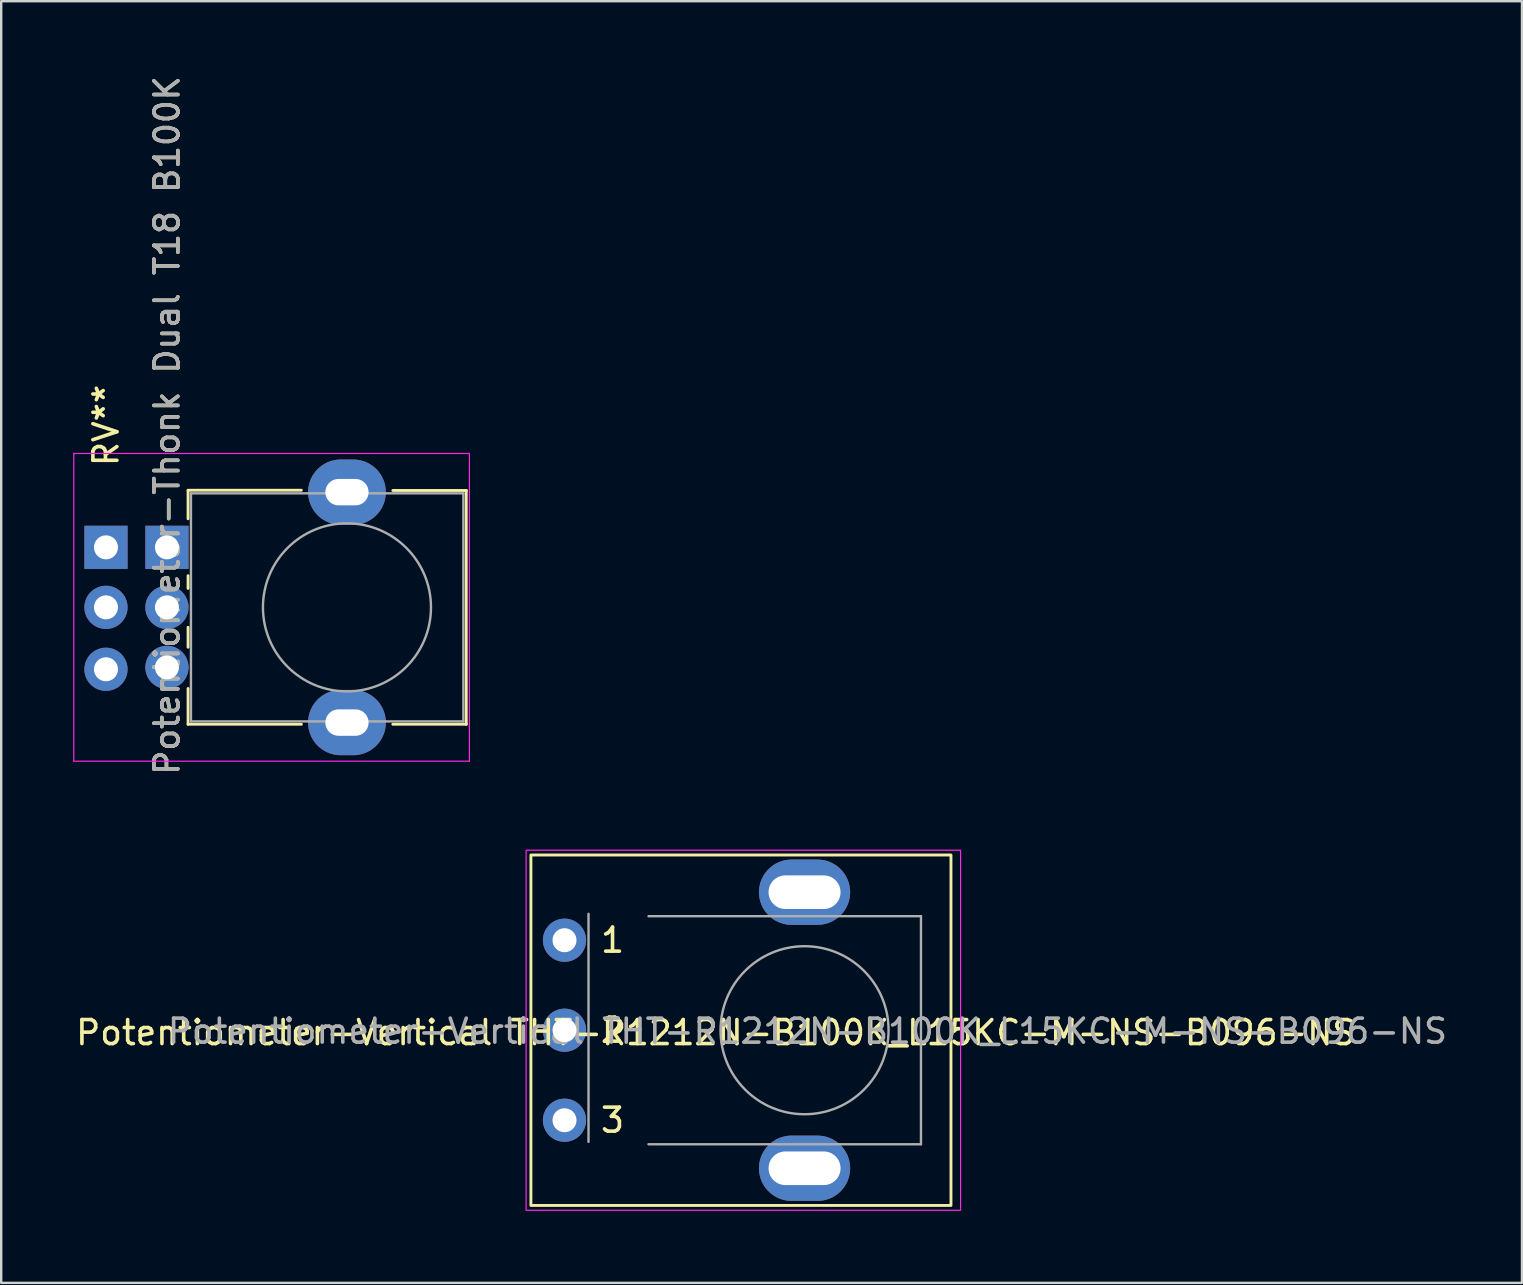
<source format=kicad_pcb>
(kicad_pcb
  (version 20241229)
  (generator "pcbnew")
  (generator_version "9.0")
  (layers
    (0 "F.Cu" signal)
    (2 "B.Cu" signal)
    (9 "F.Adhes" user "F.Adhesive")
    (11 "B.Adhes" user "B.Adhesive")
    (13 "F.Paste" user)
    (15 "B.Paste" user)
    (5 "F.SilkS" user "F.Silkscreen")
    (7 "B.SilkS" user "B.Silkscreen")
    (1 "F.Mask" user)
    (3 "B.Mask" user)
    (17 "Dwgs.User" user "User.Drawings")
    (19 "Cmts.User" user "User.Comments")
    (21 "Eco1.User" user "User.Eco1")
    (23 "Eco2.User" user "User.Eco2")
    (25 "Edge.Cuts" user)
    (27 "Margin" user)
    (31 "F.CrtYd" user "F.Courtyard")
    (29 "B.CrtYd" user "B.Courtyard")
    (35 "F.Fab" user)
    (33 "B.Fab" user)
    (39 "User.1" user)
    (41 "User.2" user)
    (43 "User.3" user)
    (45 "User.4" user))
  (footprint "Potentiometer-Thonk Dual T18 B100K"
    (layer "F.Cu")
    (at 3.905 19.753)
    (property "Reference" "Potentiometer-Thonk Dual T18 B100K" (at 0 -5.08 90) (layer "F.SilkS") (effects (font (size 1 1) (thickness 0.15))))
    (attr through_hole)
    (fp_line (start 0.88 -2.38) (end 5.6 -2.38) (stroke (width 0.12) (type solid)) (layer "F.SilkS"))
    (fp_line (start 0.88 -1.19) (end 0.88 -2.37) (stroke (width 0.12) (type solid)) (layer "F.SilkS"))
    (fp_line (start 0.88 1.71) (end 0.88 1.18) (stroke (width 0.12) (type solid)) (layer "F.SilkS"))
    (fp_line (start 0.88 4.16) (end 0.88 3.33) (stroke (width 0.12) (type solid)) (layer "F.SilkS"))
    (fp_line (start 0.88 7.37) (end 0.88 5.88) (stroke (width 0.12) (type solid)) (layer "F.SilkS"))
    (fp_line (start 0.88 7.37) (end 5.6 7.37) (stroke (width 0.12) (type solid)) (layer "F.SilkS"))
    (fp_line (start 9.41 -2.37) (end 12.47 -2.37) (stroke (width 0.12) (type solid)) (layer "F.SilkS"))
    (fp_line (start 9.41 7.37) (end 12.47 7.37) (stroke (width 0.12) (type solid)) (layer "F.SilkS"))
    (fp_line (start 12.47 7.37) (end 12.47 -2.37) (stroke (width 0.12) (type solid)) (layer "F.SilkS"))
    (fp_line (start -3.88 -3.91) (end -3.88 8.91) (stroke (width 0.05) (type solid)) (layer "F.CrtYd"))
    (fp_line (start -3.88 8.91) (end 12.6 8.91) (stroke (width 0.05) (type solid)) (layer "F.CrtYd"))
    (fp_line (start 12.6 -3.91) (end -3.88 -3.91) (stroke (width 0.05) (type solid)) (layer "F.CrtYd"))
    (fp_line (start 12.6 8.91) (end 12.6 -3.91) (stroke (width 0.05) (type solid)) (layer "F.CrtYd"))
    (fp_line (start 1 -2.25) (end 12.35 -2.25) (stroke (width 0.1) (type solid)) (layer "F.Fab"))
    (fp_line (start 1 7.25) (end 1 -2.25) (stroke (width 0.1) (type solid)) (layer "F.Fab"))
    (fp_line (start 1 7.25) (end 12.35 7.25) (stroke (width 0.1) (type solid)) (layer "F.Fab"))
    (fp_line (start 12.35 7.25) (end 12.35 -2.25) (stroke (width 0.1) (type solid)) (layer "F.Fab"))
    (fp_circle (center 7.5 2.5) (end 7.5 -1) (stroke (width 0.1) (type solid)) (fill no) (layer "F.Fab"))
    (fp_text user "RV**" (at -2.54 -5.08 90) (layer "F.SilkS") (effects (font (size 1 1) (thickness 0.15))))
    (fp_text user "${REFERENCE}" (at 0 -5.08 90) (layer "F.Fab") (effects (font (size 1 1) (thickness 0.15))))
    (pad "" thru_hole oval (at 7.5 -2.3 90) (size 2.72 3.24) (drill oval 1.1 1.8) (layers "*.Cu" "*.Mask"))
    (pad "" thru_hole oval (at 7.5 7.3 90) (size 2.72 3.24) (drill oval 1.1 1.8) (layers "*.Cu" "*.Mask"))
    (pad "1" thru_hole rect (at -2.54 0 90) (size 1.8 1.8) (drill 1) (layers "*.Cu" "*.Mask"))
    (pad "1" thru_hole rect (at 0 0 90) (size 1.8 1.8) (drill 1) (layers "*.Cu" "*.Mask"))
    (pad "2" thru_hole circle (at -2.54 2.5 90) (size 1.8 1.8) (drill 1) (layers "*.Cu" "*.Mask"))
    (pad "2" thru_hole circle (at 0 2.5 90) (size 1.8 1.8) (drill 1) (layers "*.Cu" "*.Mask"))
    (pad "3" thru_hole circle (at -2.54 5.08 90) (size 1.8 1.8) (drill 1) (layers "*.Cu" "*.Mask"))
    (pad "3" thru_hole circle (at 0 5 90) (size 1.8 1.8) (drill 1) (layers "*.Cu" "*.Mask")))
  (footprint "Potentiometer-Vertical THT-R1212N-B100K_L15KC-M-NS-B096-NS"
    (layer "F.Cu")
    (at 22.968 37.37)
    (property "Reference" "Potentiometer-Vertical THT-R1212N-B100K_L15KC-M-NS-B096-NS" (at 3.8 2.6 180) (layer "F.SilkS") (effects (font (size 1 1) (thickness 0.15))))
    (attr through_hole)
    (fp_rect (start -3.9 -4.8) (end 13.6 9.8) (stroke (width 0.12) (type solid)) (fill no) (layer "F.SilkS"))
    (fp_rect (start -4.1 -5) (end 14 10) (stroke (width 0.05) (type solid)) (fill no) (layer "F.CrtYd"))
    (fp_line (start -1.5 7.15) (end -1.5 -2.35) (stroke (width 0.1) (type solid)) (layer "F.Fab"))
    (fp_line (start 1 -2.25) (end 12.35 -2.25) (stroke (width 0.1) (type solid)) (layer "F.Fab"))
    (fp_line (start 1 7.25) (end 12.35 7.25) (stroke (width 0.1) (type solid)) (layer "F.Fab"))
    (fp_line (start 12.35 7.25) (end 12.35 -2.25) (stroke (width 0.1) (type solid)) (layer "F.Fab"))
    (fp_circle (center 7.5 2.5) (end 7.5 -1) (stroke (width 0.1) (type solid)) (fill no) (layer "F.Fab"))
    (fp_text user "3" (at -0.5 6.25 0) (unlocked yes) (layer "F.SilkS") (effects (font (size 1 1) (thickness 0.15))))
    (fp_text user "1" (at -0.5 -1.25 0) (unlocked yes) (layer "F.SilkS") (effects (font (size 1 1) (thickness 0.15))))
    (fp_text user "2" (at -0.5 2.5 0) (unlocked yes) (layer "F.SilkS") (effects (font (size 1 1) (thickness 0.15))))
    (fp_text user "${REFERENCE}" (at 7.62 2.54 0) (layer "F.Fab") (effects (font (size 1 1) (thickness 0.15))))
    (pad "" thru_hole oval (at 7.5 -3.25 90) (size 2.72 3.8) (drill oval 1.4 3) (layers "*.Cu" "*.Mask"))
    (pad "" thru_hole oval (at 7.5 8.25 90) (size 2.72 3.8) (drill oval 1.4 3) (layers "*.Cu" "*.Mask"))
    (pad "1" thru_hole circle (at -2.5 -1.25 90) (size 1.8 1.8) (drill 1) (layers "*.Cu" "*.Mask"))
    (pad "2" thru_hole circle (at -2.5 2.5 90) (size 1.8 1.8) (drill 1) (layers "*.Cu" "*.Mask"))
    (pad "3" thru_hole circle (at -2.5 6.25 90) (size 1.8 1.8) (drill 1) (layers "*.Cu" "*.Mask")))
  (gr_rect
    (start -3 -3)
    (end 60.356 50.395)
    (stroke (width 0.1) (type default))
    (fill no)
    (layer "Edge.Cuts")))
</source>
